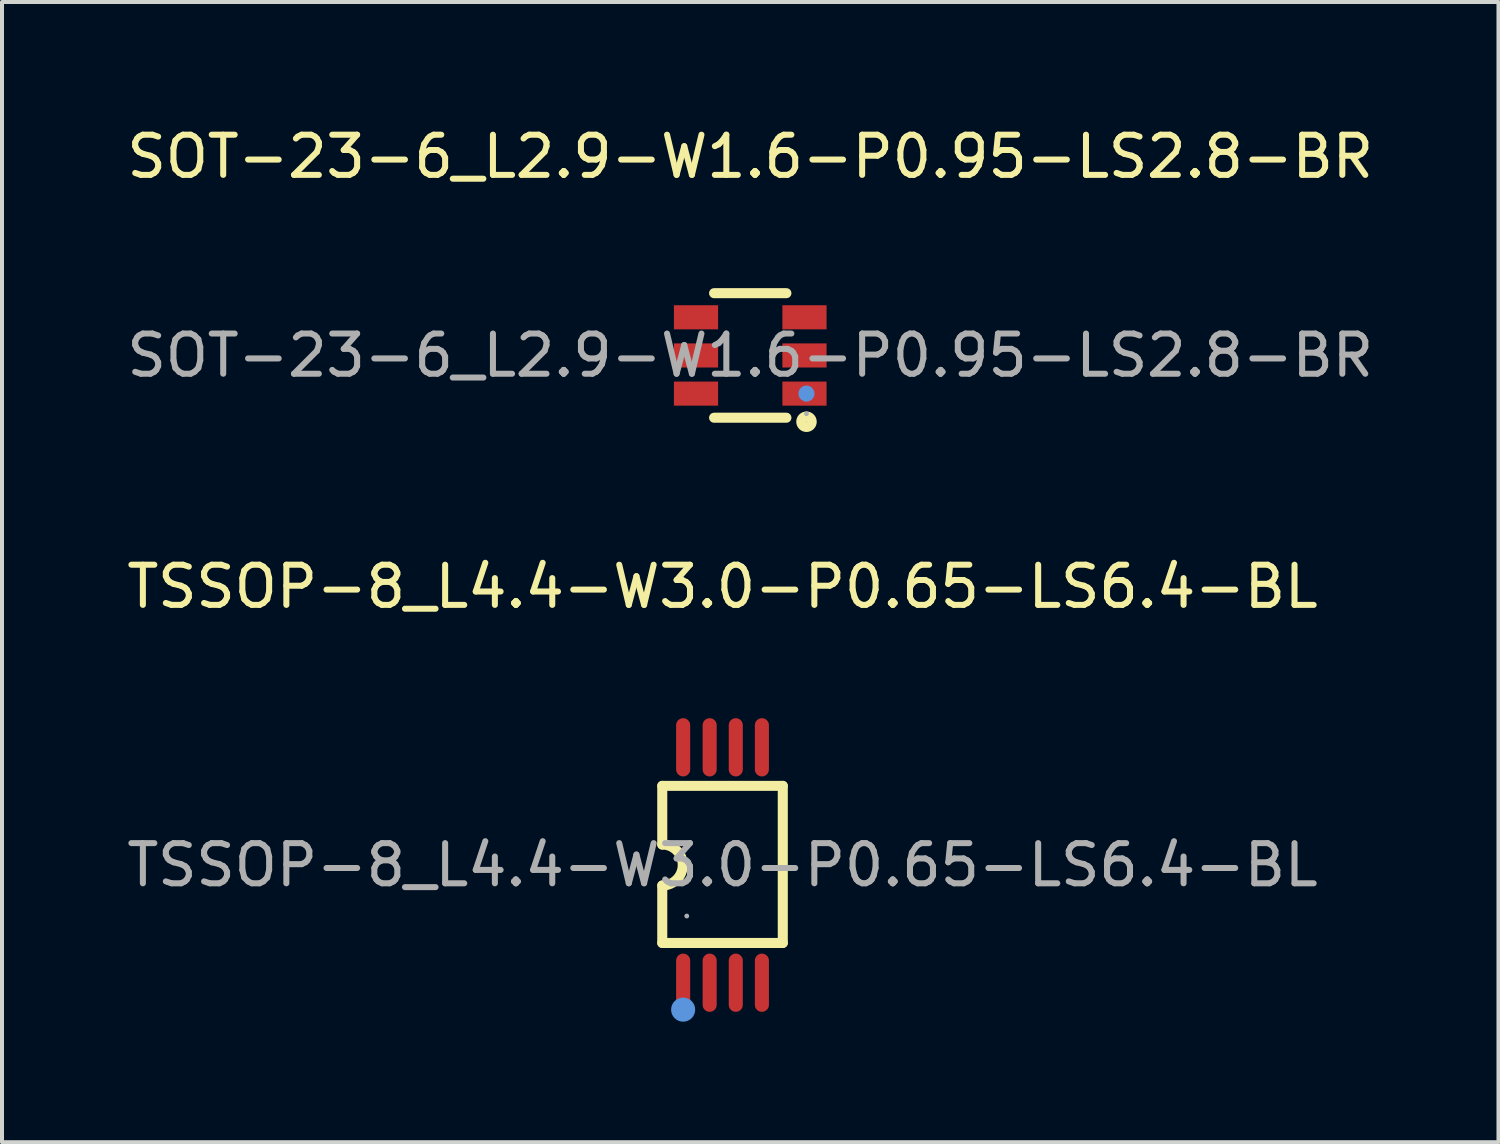
<source format=kicad_pcb>
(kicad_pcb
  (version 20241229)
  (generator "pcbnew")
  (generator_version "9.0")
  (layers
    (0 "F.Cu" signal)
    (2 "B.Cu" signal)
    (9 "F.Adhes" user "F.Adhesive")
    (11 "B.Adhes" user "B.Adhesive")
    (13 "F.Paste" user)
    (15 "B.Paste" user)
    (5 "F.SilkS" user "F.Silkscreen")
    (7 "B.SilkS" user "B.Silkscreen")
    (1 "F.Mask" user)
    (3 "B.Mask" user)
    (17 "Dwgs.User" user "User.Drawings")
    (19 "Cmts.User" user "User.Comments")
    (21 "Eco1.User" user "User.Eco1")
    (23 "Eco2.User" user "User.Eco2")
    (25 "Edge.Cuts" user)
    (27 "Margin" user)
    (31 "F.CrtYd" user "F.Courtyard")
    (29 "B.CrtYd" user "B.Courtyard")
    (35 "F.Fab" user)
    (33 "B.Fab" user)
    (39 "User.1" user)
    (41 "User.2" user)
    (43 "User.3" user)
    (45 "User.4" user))
  (footprint "TSSOP-8_L4.4-W3.0-P0.65-LS6.4-BL"
    (layer "F.Cu")
    (at 14.935 18.482)
    (property "Reference" "TSSOP-8_L4.4-W3.0-P0.65-LS6.4-BL" (at 0 -6.93 0) (layer "F.SilkS") (effects (font (size 1 1) (thickness 0.15))))
    (attr smd)
    (fp_line (start -1.5 -1.97) (end 1.5 -1.97) (stroke (width 0.25) (type solid)) (layer "F.SilkS"))
    (fp_line (start -1.5 -0.51) (end -1.5 -1.97) (stroke (width 0.25) (type solid)) (layer "F.SilkS"))
    (fp_line (start -1.5 0.51) (end -1.5 1.94) (stroke (width 0.25) (type solid)) (layer "F.SilkS"))
    (fp_line (start -1.5 1.94) (end 1.5 1.94) (stroke (width 0.25) (type solid)) (layer "F.SilkS"))
    (fp_line (start 1.5 -1.97) (end 1.5 1.94) (stroke (width 0.25) (type solid)) (layer "F.SilkS"))
    (fp_arc (start -1.5 -0.51) (mid -0.99 0) (end -1.5 0.51) (stroke (width 0.25) (type solid)) (layer "F.SilkS"))
    (fp_circle (center -0.98 3.6) (end -0.83 3.6) (stroke (width 0.3) (type solid)) (fill no) (layer "Cmts.User"))
    (fp_circle (center -0.89 1.27) (end -0.86 1.27) (stroke (width 0.06) (type solid)) (fill no) (layer "F.Fab"))
    (fp_text user "${REFERENCE}" (at 0 0 0) (layer "F.Fab") (effects (font (size 1 1) (thickness 0.15))))
    (pad "1" smd oval (at -0.98 2.93) (size 0.35 1.45) (layers "F.Cu" "F.Mask" "F.Paste"))
    (pad "2" smd oval (at -0.32 2.93) (size 0.35 1.45) (layers "F.Cu" "F.Mask" "F.Paste"))
    (pad "3" smd oval (at 0.33 2.93) (size 0.35 1.45) (layers "F.Cu" "F.Mask" "F.Paste"))
    (pad "4" smd oval (at 0.98 2.93) (size 0.35 1.45) (layers "F.Cu" "F.Mask" "F.Paste"))
    (pad "5" smd oval (at 0.98 -2.93) (size 0.35 1.45) (layers "F.Cu" "F.Mask" "F.Paste"))
    (pad "6" smd oval (at 0.33 -2.93) (size 0.35 1.45) (layers "F.Cu" "F.Mask" "F.Paste"))
    (pad "7" smd oval (at -0.32 -2.93) (size 0.35 1.45) (layers "F.Cu" "F.Mask" "F.Paste"))
    (pad "8" smd oval (at -0.98 -2.93) (size 0.35 1.45) (layers "F.Cu" "F.Mask" "F.Paste")))
  (footprint "SOT-23-6_L2.9-W1.6-P0.95-LS2.8-BR"
    (layer "F.Cu")
    (at 15.625 5.798)
    (property "Reference" "SOT-23-6_L2.9-W1.6-P0.95-LS2.8-BR" (at 0 -4.95 0) (layer "F.SilkS") (effects (font (size 1 1) (thickness 0.15))))
    (attr through_hole)
    (fp_line (start -0.9 -1.55) (end 0.9 -1.55) (stroke (width 0.25) (type solid)) (layer "F.SilkS"))
    (fp_line (start -0.9 1.55) (end 0.9 1.55) (stroke (width 0.25) (type solid)) (layer "F.SilkS"))
    (fp_circle (center 1.4 1.65) (end 1.53 1.65) (stroke (width 0.25) (type solid)) (fill no) (layer "F.SilkS"))
    (fp_circle (center 1.4 0.95) (end 1.5 0.95) (stroke (width 0.2) (type solid)) (fill no) (layer "Cmts.User"))
    (fp_circle (center 1.4 1.45) (end 1.43 1.45) (stroke (width 0.06) (type solid)) (fill no) (layer "F.Fab"))
    (fp_text user "${REFERENCE}" (at 0 0 0) (layer "F.Fab") (effects (font (size 1 1) (thickness 0.15))))
    (pad "1" smd rect (at 1.35 0.95) (size 1.1 0.6) (layers "F.Cu" "F.Mask" "F.Paste"))
    (pad "2" smd rect (at 1.35 0) (size 1.1 0.6) (layers "F.Cu" "F.Mask" "F.Paste"))
    (pad "3" smd rect (at 1.35 -0.95) (size 1.1 0.6) (layers "F.Cu" "F.Mask" "F.Paste"))
    (pad "4" smd rect (at -1.35 -0.95) (size 1.1 0.6) (layers "F.Cu" "F.Mask" "F.Paste"))
    (pad "5" smd rect (at -1.35 0) (size 1.1 0.6) (layers "F.Cu" "F.Mask" "F.Paste"))
    (pad "6" smd rect (at -1.35 0.95) (size 1.1 0.6) (layers "F.Cu" "F.Mask" "F.Paste")))
  (gr_rect
    (start -3 -3)
    (end 34.25 25.381)
    (stroke (width 0.1) (type default))
    (fill no)
    (layer "Edge.Cuts")))
</source>
